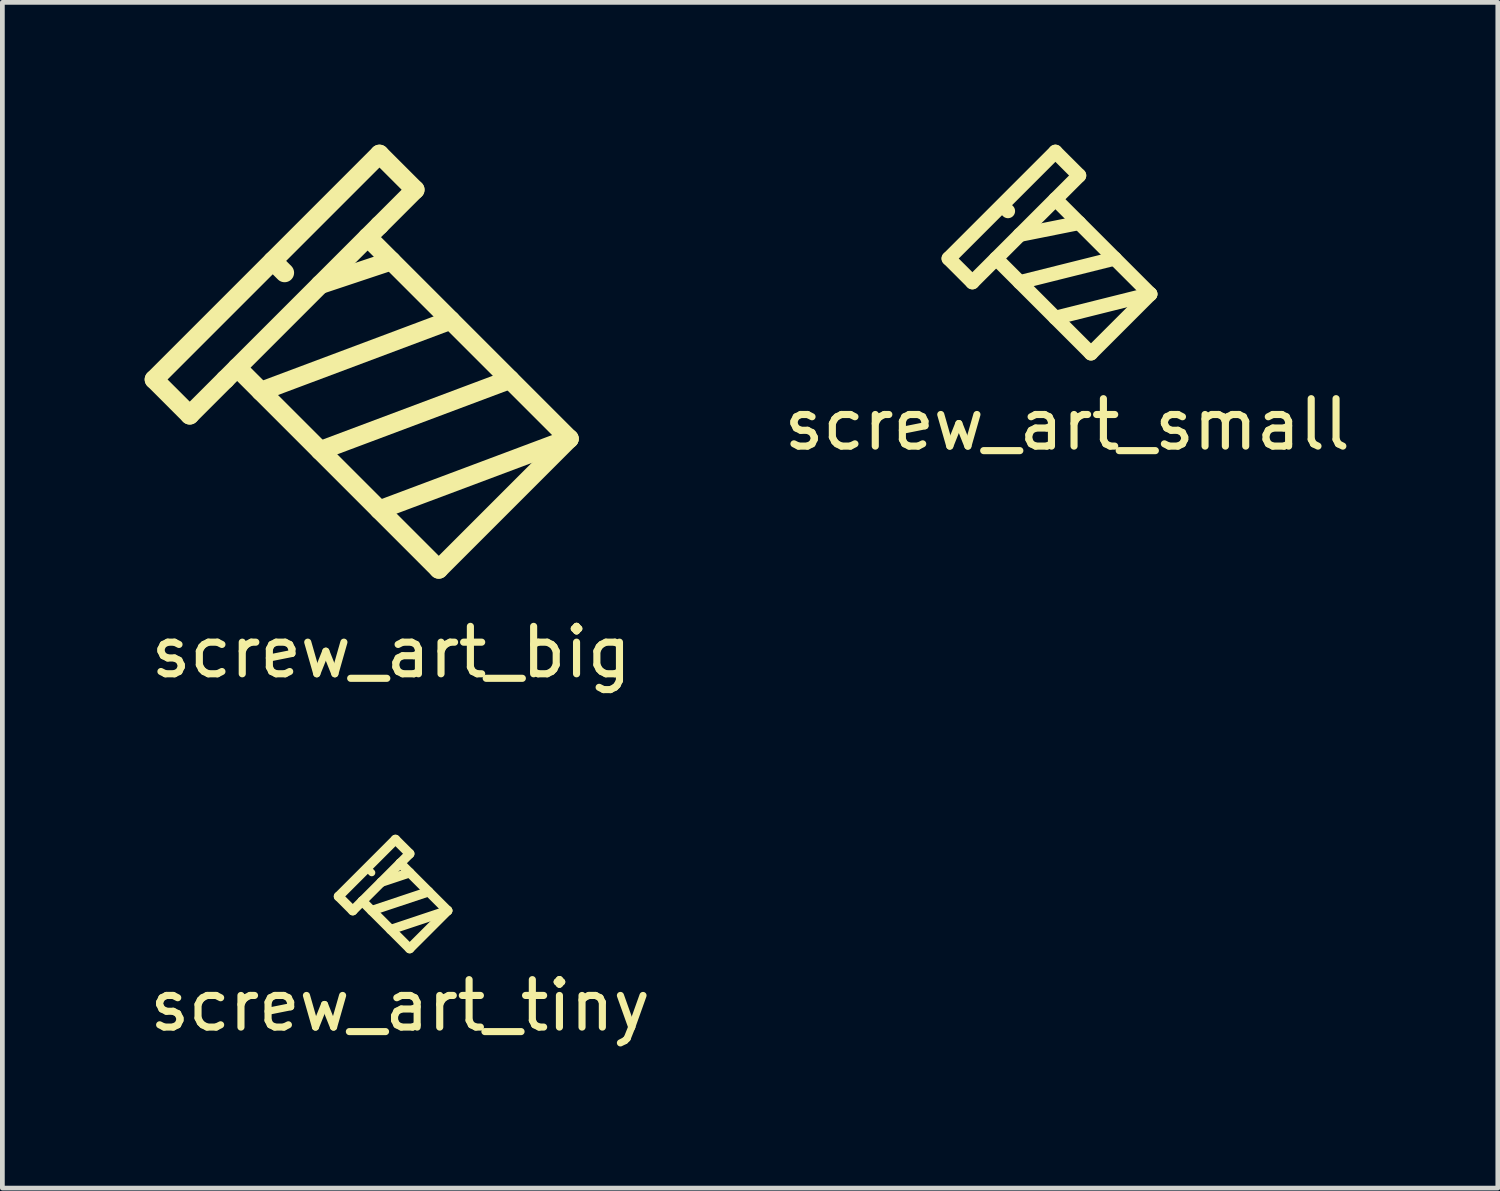
<source format=kicad_pcb>
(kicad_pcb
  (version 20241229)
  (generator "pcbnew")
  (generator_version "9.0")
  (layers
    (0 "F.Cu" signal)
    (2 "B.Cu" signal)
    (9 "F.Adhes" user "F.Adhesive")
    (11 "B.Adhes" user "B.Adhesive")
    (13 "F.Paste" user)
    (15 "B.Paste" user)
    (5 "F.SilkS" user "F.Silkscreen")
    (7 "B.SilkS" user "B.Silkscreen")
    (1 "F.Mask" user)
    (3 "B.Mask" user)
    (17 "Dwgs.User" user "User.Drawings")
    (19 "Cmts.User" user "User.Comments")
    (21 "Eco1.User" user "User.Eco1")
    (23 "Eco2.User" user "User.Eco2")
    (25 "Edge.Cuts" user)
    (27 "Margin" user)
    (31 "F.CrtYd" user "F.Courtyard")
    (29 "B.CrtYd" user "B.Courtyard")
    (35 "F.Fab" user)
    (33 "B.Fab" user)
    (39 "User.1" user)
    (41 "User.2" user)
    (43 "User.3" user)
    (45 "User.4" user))
  (footprint "screw_art_small"
    (layer "F.Cu")
    (at 19.45 2.65)
    (property "Reference" "screw_art_small" (at 0 3.25 0) (layer "F.SilkS") (effects (font (size 1 1) (thickness 0.15))))
    (attr through_hole)
    (fp_line (start -2 0.25) (end -2.5 -0.25) (stroke (width 0.3) (type solid)) (layer "F.SilkS"))
    (fp_line (start -2 0.25) (end 0.25 -2) (stroke (width 0.3) (type solid)) (layer "F.SilkS"))
    (fp_line (start -1.35 -1.35) (end -1.25 -1.25) (stroke (width 0.3) (type solid)) (layer "F.SilkS"))
    (fp_line (start -0.25 -2.5) (end -2.5 -0.25) (stroke (width 0.3) (type solid)) (layer "F.SilkS"))
    (fp_line (start 0.25 -2) (end -0.25 -2.5) (stroke (width 0.3) (type solid)) (layer "F.SilkS"))
    (fp_line (start 0.25 -1) (end -1 -0.75) (stroke (width 0.3) (type solid)) (layer "F.SilkS"))
    (fp_line (start 0.5 1.75) (end -1.5 -0.25) (stroke (width 0.3) (type solid)) (layer "F.SilkS"))
    (fp_line (start 0.5 1.75) (end 1.75 0.5) (stroke (width 0.3) (type solid)) (layer "F.SilkS"))
    (fp_line (start 1 -0.25) (end -1 0.25) (stroke (width 0.3) (type solid)) (layer "F.SilkS"))
    (fp_line (start 1.75 0.5) (end -0.25 -1.5) (stroke (width 0.3) (type solid)) (layer "F.SilkS"))
    (fp_line (start 1.75 0.5) (end -0.25 1) (stroke (width 0.3) (type solid)) (layer "F.SilkS")))
  (footprint "screw_art_tiny"
    (layer "F.Cu")
    (at 5.387 15.948)
    (property "Reference" "screw_art_tiny" (at 0 2.2 0) (layer "F.SilkS") (effects (font (size 1 1) (thickness 0.15))))
    (attr through_hole)
    (fp_line (start -1.3 -0.1) (end -0.1 -1.3) (stroke (width 0.2) (type solid)) (layer "F.SilkS"))
    (fp_line (start -1 0.2) (end -1.3 -0.1) (stroke (width 0.2) (type solid)) (layer "F.SilkS"))
    (fp_line (start -0.8 0) (end -1 0.2) (stroke (width 0.2) (type solid)) (layer "F.SilkS"))
    (fp_line (start -0.8 0) (end 0 -0.8) (stroke (width 0.2) (type solid)) (layer "F.SilkS"))
    (fp_line (start -0.7 -0.7) (end -0.6 -0.6) (stroke (width 0.15) (type solid)) (layer "F.SilkS"))
    (fp_line (start -0.1 -1.3) (end 0.2 -1) (stroke (width 0.2) (type solid)) (layer "F.SilkS"))
    (fp_line (start 0 -0.8) (end 0.2 -1) (stroke (width 0.2) (type solid)) (layer "F.SilkS"))
    (fp_line (start 0.2 -0.6) (end -0.4 -0.4) (stroke (width 0.2) (type solid)) (layer "F.SilkS"))
    (fp_line (start 0.2 1) (end -0.8 0) (stroke (width 0.2) (type solid)) (layer "F.SilkS"))
    (fp_line (start 0.2 1) (end 1 0.2) (stroke (width 0.2) (type solid)) (layer "F.SilkS"))
    (fp_line (start 0.6 -0.2) (end -0.6 0.2) (stroke (width 0.2) (type solid)) (layer "F.SilkS"))
    (fp_line (start 1 0.2) (end -0.2 0.6) (stroke (width 0.2) (type solid)) (layer "F.SilkS"))
    (fp_line (start 1 0.2) (end 0 -0.8) (stroke (width 0.2) (type solid)) (layer "F.SilkS")))
  (footprint "screw_art_big"
    (layer "F.Cu")
    (at 5.2 4.95)
    (property "Reference" "screw_art_big" (at 0 5.75 0) (layer "F.SilkS") (effects (font (size 1 1) (thickness 0.15))))
    (attr through_hole)
    (fp_line (start -5 0) (end -0.25 -4.75) (stroke (width 0.4) (type solid)) (layer "F.SilkS"))
    (fp_line (start -4.25 0.75) (end -5 0) (stroke (width 0.4) (type solid)) (layer "F.SilkS"))
    (fp_line (start -4.25 0.75) (end -3.5 0) (stroke (width 0.4) (type solid)) (layer "F.SilkS"))
    (fp_line (start -3.5 0) (end -0.25 -3.25) (stroke (width 0.4) (type solid)) (layer "F.SilkS"))
    (fp_line (start -2.5 -2.5) (end -2.25 -2.25) (stroke (width 0.4) (type solid)) (layer "F.SilkS"))
    (fp_line (start -1.5 1.5) (end 2.5 0) (stroke (width 0.4) (type solid)) (layer "F.SilkS"))
    (fp_line (start -0.5 -3) (end 3.75 1.25) (stroke (width 0.4) (type solid)) (layer "F.SilkS"))
    (fp_line (start -0.25 -3.25) (end 0.5 -4) (stroke (width 0.4) (type solid)) (layer "F.SilkS"))
    (fp_line (start 0 -2.5) (end -1.5 -2) (stroke (width 0.4) (type solid)) (layer "F.SilkS"))
    (fp_line (start 0.5 -4) (end -0.25 -4.75) (stroke (width 0.4) (type solid)) (layer "F.SilkS"))
    (fp_line (start 1 4) (end -3.25 -0.25) (stroke (width 0.4) (type solid)) (layer "F.SilkS"))
    (fp_line (start 1.25 -1.25) (end -2.75 0.25) (stroke (width 0.4) (type solid)) (layer "F.SilkS"))
    (fp_line (start 3.75 1.25) (end -0.25 2.75) (stroke (width 0.4) (type solid)) (layer "F.SilkS"))
    (fp_line (start 3.75 1.25) (end 1 4) (stroke (width 0.4) (type solid)) (layer "F.SilkS")))
  (gr_rect
    (start -3 -3)
    (end 28.527 21.997)
    (stroke (width 0.1) (type default))
    (fill no)
    (layer "Edge.Cuts")))
</source>
